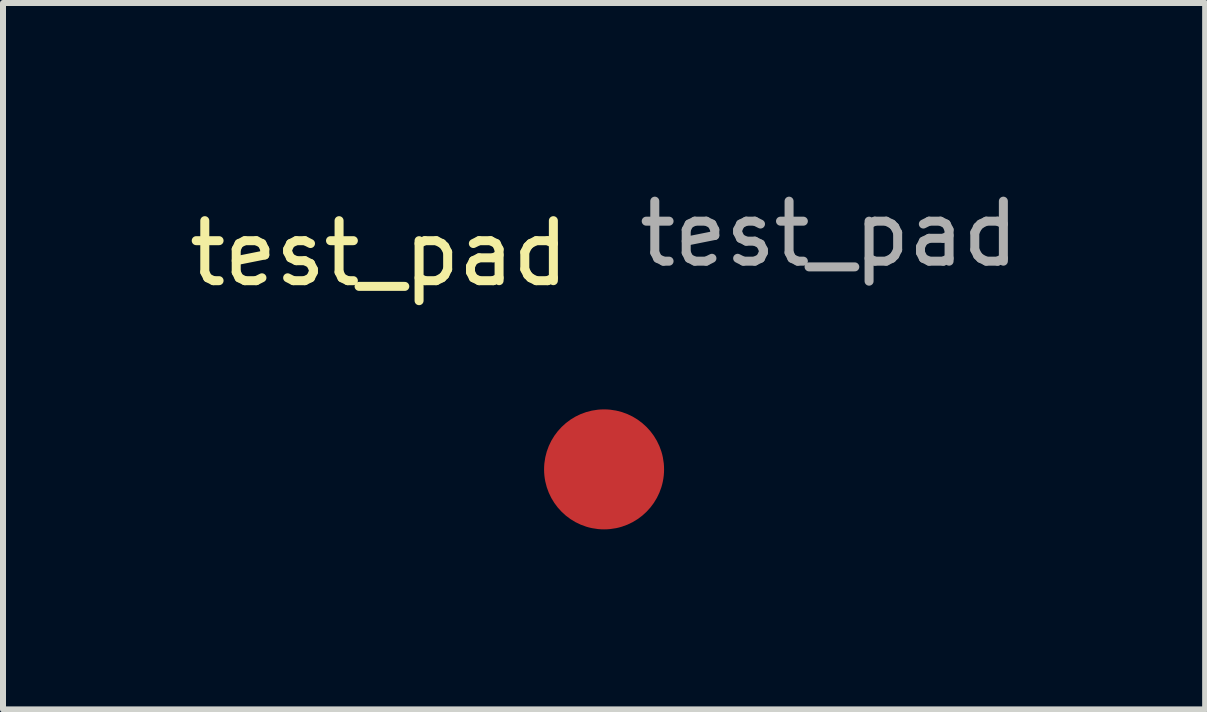
<source format=kicad_pcb>
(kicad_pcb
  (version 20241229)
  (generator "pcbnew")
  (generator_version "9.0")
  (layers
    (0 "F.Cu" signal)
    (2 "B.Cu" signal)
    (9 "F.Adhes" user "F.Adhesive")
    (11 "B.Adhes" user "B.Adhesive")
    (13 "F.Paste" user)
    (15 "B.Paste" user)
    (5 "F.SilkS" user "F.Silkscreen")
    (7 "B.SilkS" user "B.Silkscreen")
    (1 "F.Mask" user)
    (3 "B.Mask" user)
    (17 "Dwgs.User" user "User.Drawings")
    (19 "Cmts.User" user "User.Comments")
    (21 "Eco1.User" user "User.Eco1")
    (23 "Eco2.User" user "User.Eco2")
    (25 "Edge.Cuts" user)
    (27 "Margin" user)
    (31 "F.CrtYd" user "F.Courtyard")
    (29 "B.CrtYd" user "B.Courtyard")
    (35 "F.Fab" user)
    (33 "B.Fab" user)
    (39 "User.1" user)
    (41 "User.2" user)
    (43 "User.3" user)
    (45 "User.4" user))
  (footprint "test_pad"
    (layer "F.Cu")
    (at 6.993 4.748)
    (property "Reference" "test_pad" (at -3.725 -3.575 0) (unlocked yes) (layer "F.SilkS") (effects (font (size 1 1) (thickness 0.15))))
    (attr smd)
    (fp_text user "${REFERENCE}" (at 3.775 -3.9 0) (unlocked yes) (layer "F.Fab") (effects (font (size 1 1) (thickness 0.15))))
    (pad "1" smd circle (at 0.025 0.025) (size 2 2) (layers "F.Cu" "F.Mask" "F.Paste")))
  (gr_rect
    (start -3 -3)
    (end 17.036 8.773)
    (stroke (width 0.1) (type default))
    (fill no)
    (layer "Edge.Cuts")))
</source>
